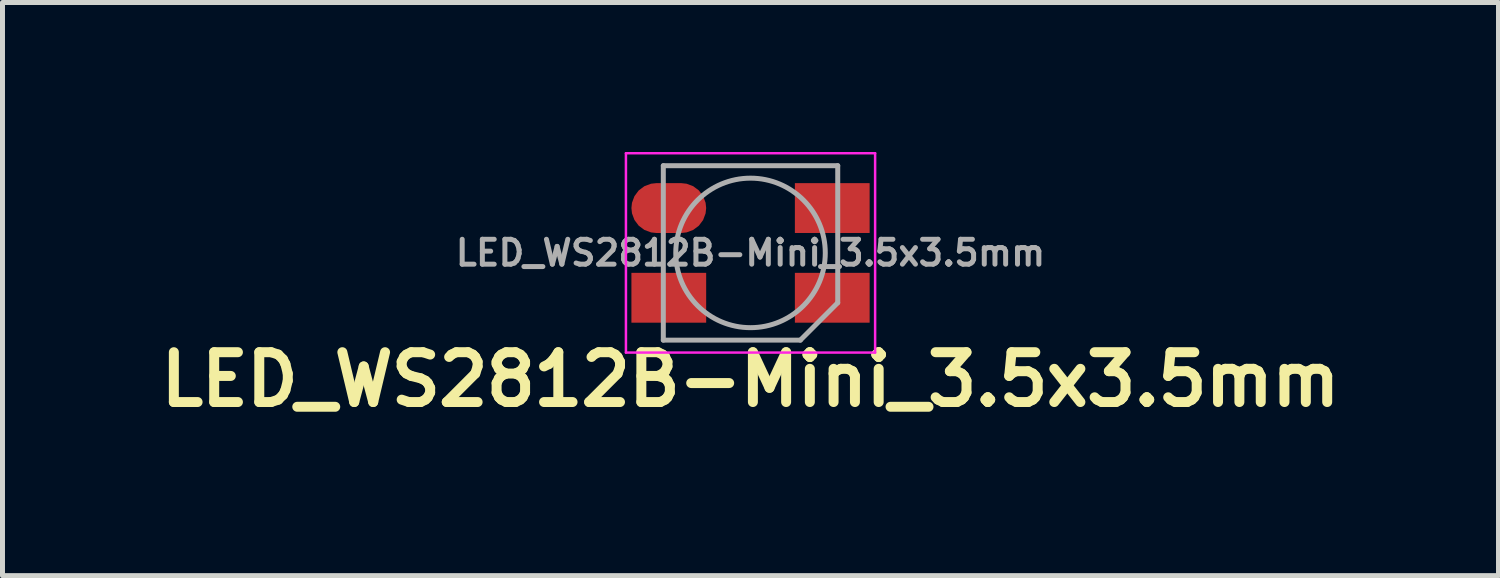
<source format=kicad_pcb>
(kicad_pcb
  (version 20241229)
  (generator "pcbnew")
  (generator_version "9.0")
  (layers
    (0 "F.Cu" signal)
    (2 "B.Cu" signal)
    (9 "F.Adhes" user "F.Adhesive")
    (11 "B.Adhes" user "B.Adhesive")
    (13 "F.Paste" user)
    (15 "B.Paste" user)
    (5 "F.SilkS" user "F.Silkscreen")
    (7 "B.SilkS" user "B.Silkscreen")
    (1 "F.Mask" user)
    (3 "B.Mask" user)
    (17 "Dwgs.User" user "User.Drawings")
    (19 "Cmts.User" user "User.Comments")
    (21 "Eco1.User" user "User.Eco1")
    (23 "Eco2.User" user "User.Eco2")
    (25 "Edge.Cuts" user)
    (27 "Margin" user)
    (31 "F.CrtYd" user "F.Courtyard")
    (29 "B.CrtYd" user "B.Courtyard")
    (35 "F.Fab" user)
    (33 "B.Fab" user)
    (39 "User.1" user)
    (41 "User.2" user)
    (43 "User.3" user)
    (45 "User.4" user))
  (footprint "LED_WS2812B-Mini_3.5x3.5mm"
    (layer "F.Cu")
    (at 12.01 2.025)
    (property "Reference" "LED_WS2812B-Mini_3.5x3.5mm" (at 0 2.54 0) (layer "F.SilkS") (effects (font (size 1 1) (thickness 0.2))))
    (attr smd)
    (fp_line (start -2.5 -2) (end -2.5 2) (stroke (width 0.05) (type solid)) (layer "F.CrtYd"))
    (fp_line (start -2.5 2) (end 2.5 2) (stroke (width 0.05) (type solid)) (layer "F.CrtYd"))
    (fp_line (start 2.5 -2) (end -2.5 -2) (stroke (width 0.05) (type solid)) (layer "F.CrtYd"))
    (fp_line (start 2.5 2) (end 2.5 -2) (stroke (width 0.05) (type solid)) (layer "F.CrtYd"))
    (fp_line (start -1.75 -1.75) (end -1.75 1.75) (stroke (width 0.1) (type solid)) (layer "F.Fab"))
    (fp_line (start -1.75 1.75) (end 1 1.75) (stroke (width 0.1) (type solid)) (layer "F.Fab"))
    (fp_line (start 1.75 -1.75) (end -1.75 -1.75) (stroke (width 0.1) (type solid)) (layer "F.Fab"))
    (fp_line (start 1.75 1) (end 1 1.75) (stroke (width 0.1) (type solid)) (layer "F.Fab"))
    (fp_line (start 1.75 1) (end 1.75 -1.75) (stroke (width 0.1) (type solid)) (layer "F.Fab"))
    (fp_circle (center 0 0) (end 0 -1.5) (stroke (width 0.1) (type solid)) (fill no) (layer "F.Fab"))
    (fp_text user "${REFERENCE}" (at 0 0 0) (layer "F.Fab") (effects (font (size 0.5 0.5) (thickness 0.1))))
    (pad "1" smd roundrect (at -1.64 -0.9) (size 1.5 1) (layers "F.Cu" "F.Mask" "F.Paste") (roundrect_rratio 0.5))
    (pad "2" smd trapezoid (at -1.64 0.9) (size 1.5 1) (layers "F.Cu" "F.Mask" "F.Paste"))
    (pad "3" smd trapezoid (at 1.64 0.9) (size 1.5 1) (layers "F.Cu" "F.Mask" "F.Paste"))
    (pad "4" smd trapezoid (at 1.64 -0.9) (size 1.5 1) (layers "F.Cu" "F.Mask" "F.Paste")))
  (gr_rect
    (start -3 -3)
    (end 27.019 8.501)
    (stroke (width 0.1) (type default))
    (fill no)
    (layer "Edge.Cuts")))
</source>
